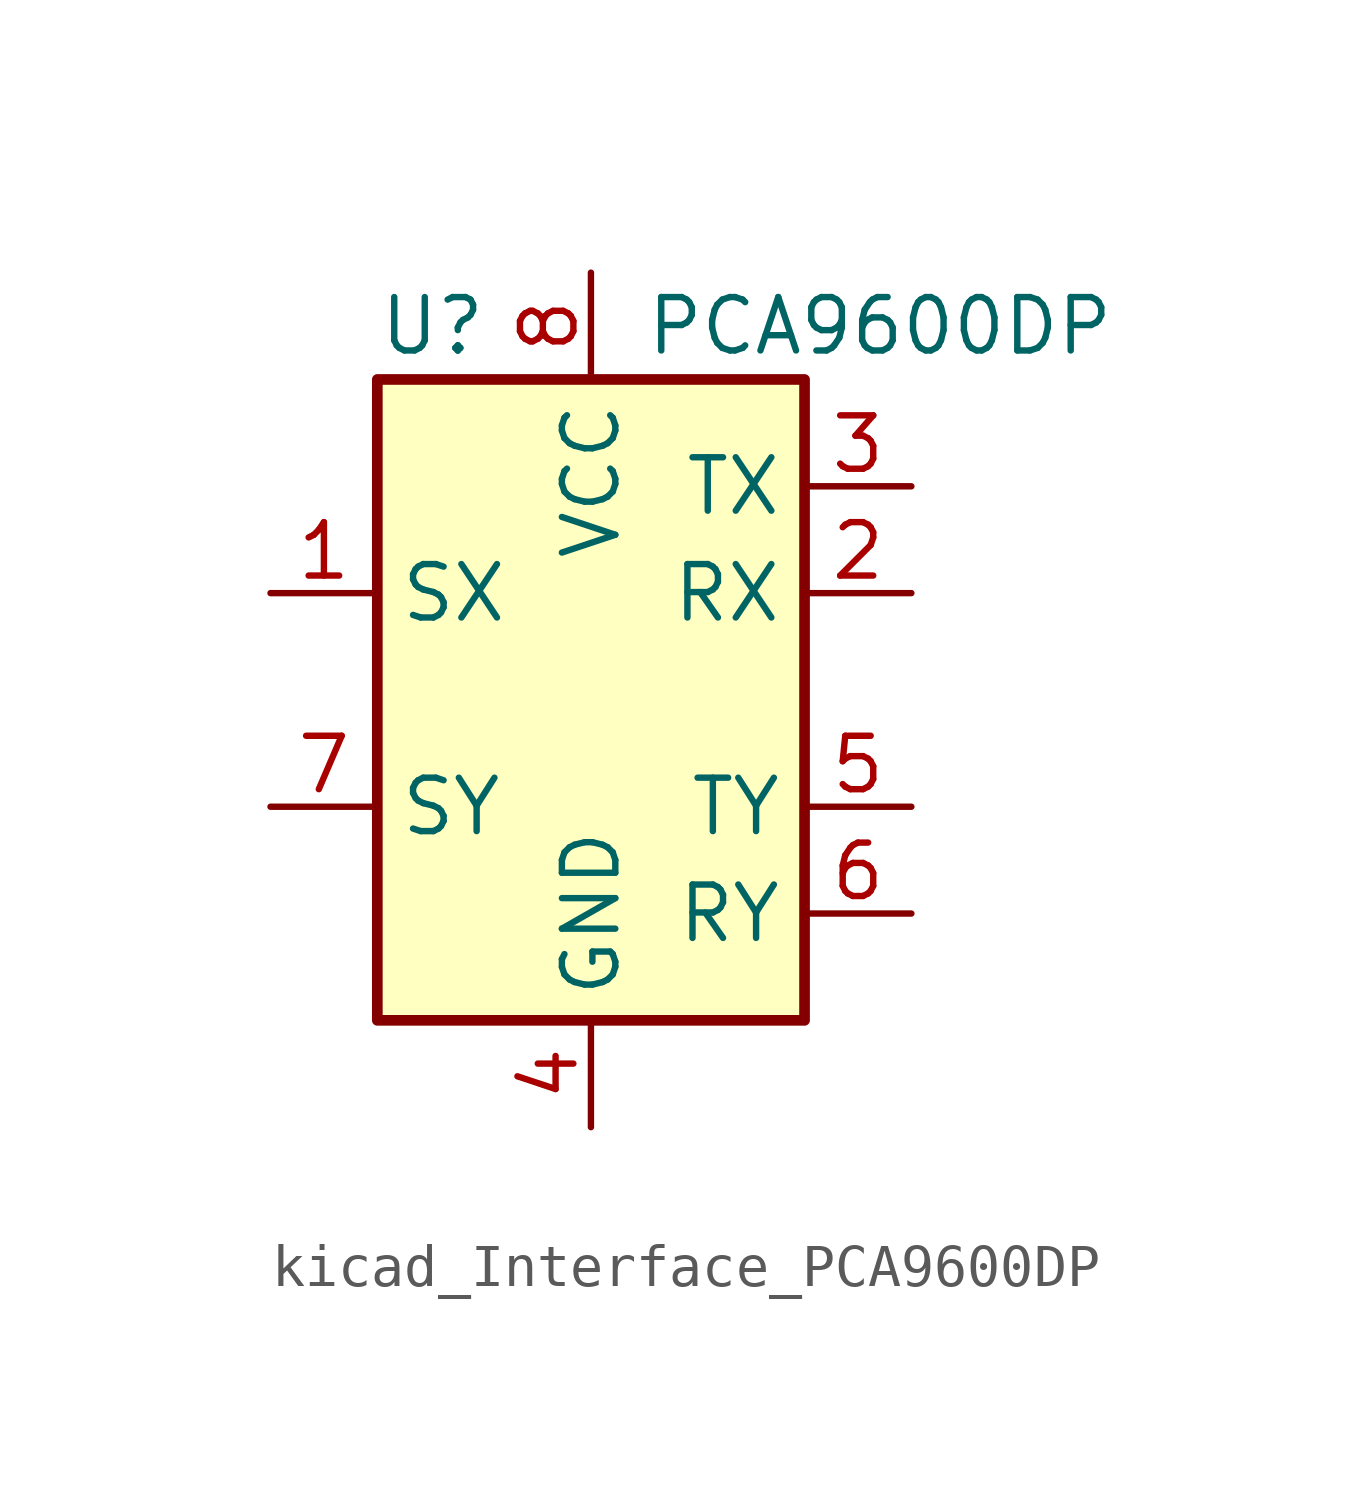
<source format=kicad_sym>
(kicad_symbol_lib
  (version 20220914)
  (generator kicad_symbol_editor)
  (symbol "kicad_Interface_PCA9600DP"
    (property "Reference" "U"
      (at -5.08 8.89 0)
      (effects (font (size 1.27 1.27)) (justify left)))
    (property "Value" "PCA9600DP"
      (at 1.27 8.89 0)
      (effects (font (size 1.27 1.27)) (justify left)))
    (symbol "kicad_Interface_PCA9600DP_0_1"
      (rectangle (start -5.08 7.62) (end 5.08 -7.62) (stroke (width 0.254) (type default)) (fill (type background))))
    (symbol "kicad_Interface_PCA9600DP_1_1"
      (pin bidirectional line (at -7.62 2.54 0) (length 2.54) (name "SX" (effects (font (size 1.27 1.27)))) (number "1" (effects (font (size 1.27 1.27)))))
      (pin input line (at 7.62 2.54 180) (length 2.54) (name "RX" (effects (font (size 1.27 1.27)))) (number "2" (effects (font (size 1.27 1.27)))))
      (pin open_collector line (at 7.62 5.08 180) (length 2.54) (name "TX" (effects (font (size 1.27 1.27)))) (number "3" (effects (font (size 1.27 1.27)))))
      (pin power_in line (at 0 -10.16 90) (length 2.54) (name "GND" (effects (font (size 1.27 1.27)))) (number "4" (effects (font (size 1.27 1.27)))))
      (pin open_collector line (at 7.62 -2.54 180) (length 2.54) (name "TY" (effects (font (size 1.27 1.27)))) (number "5" (effects (font (size 1.27 1.27)))))
      (pin input line (at 7.62 -5.08 180) (length 2.54) (name "RY" (effects (font (size 1.27 1.27)))) (number "6" (effects (font (size 1.27 1.27)))))
      (pin bidirectional line (at -7.62 -2.54 0) (length 2.54) (name "SY" (effects (font (size 1.27 1.27)))) (number "7" (effects (font (size 1.27 1.27)))))
      (pin power_in line (at 0 10.16 270) (length 2.54) (name "VCC" (effects (font (size 1.27 1.27)))) (number "8" (effects (font (size 1.27 1.27))))))))
</source>
